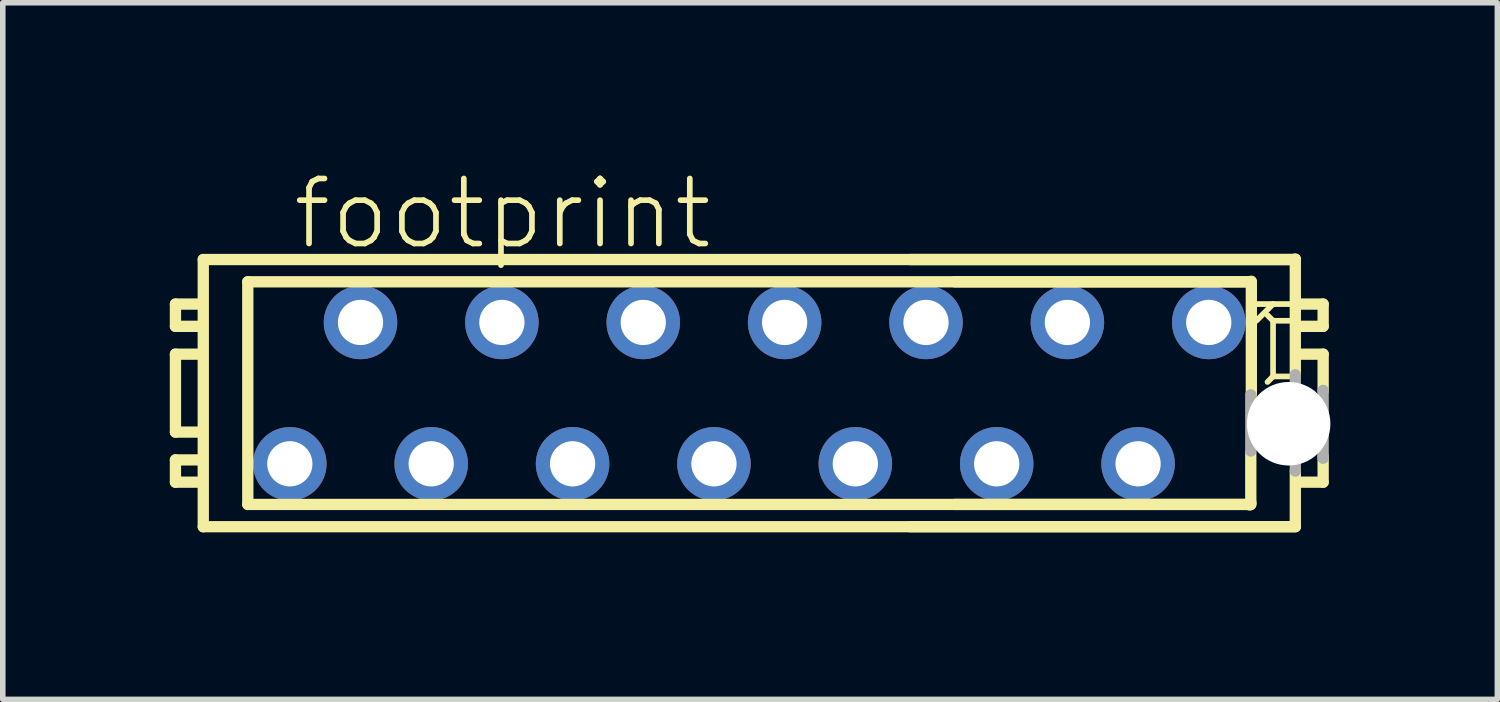
<source format=kicad_pcb>
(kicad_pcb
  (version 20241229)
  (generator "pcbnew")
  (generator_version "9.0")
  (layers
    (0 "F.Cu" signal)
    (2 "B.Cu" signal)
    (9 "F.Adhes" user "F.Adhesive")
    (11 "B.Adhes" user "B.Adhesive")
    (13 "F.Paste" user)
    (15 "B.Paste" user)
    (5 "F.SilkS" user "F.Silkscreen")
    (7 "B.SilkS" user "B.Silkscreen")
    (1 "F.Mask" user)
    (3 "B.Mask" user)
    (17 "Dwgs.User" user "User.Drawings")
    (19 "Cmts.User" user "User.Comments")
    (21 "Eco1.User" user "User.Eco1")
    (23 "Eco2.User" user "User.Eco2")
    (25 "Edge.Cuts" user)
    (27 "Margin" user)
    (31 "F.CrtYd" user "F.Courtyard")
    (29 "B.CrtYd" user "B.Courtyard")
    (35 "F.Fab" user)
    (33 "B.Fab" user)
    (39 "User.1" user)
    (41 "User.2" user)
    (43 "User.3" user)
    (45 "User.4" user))
  (footprint "footprint"
    (layer "F.Cu")
    (at 10.412 4.013)
    (property "Reference" "footprint" (at -8.255 -2.54 0) (layer "F.SilkS") (effects (font (size 1.168 1.168) (thickness 0.102)) (justify left bottom)))
    (fp_line (start -10.31 -1.6) (end -10.31 -1.2) (stroke (width 0.203) (type solid)) (layer "F.SilkS"))
    (fp_line (start -10.31 -1.2) (end -9.91 -1.2) (stroke (width 0.203) (type solid)) (layer "F.SilkS"))
    (fp_line (start -10.31 -0.7) (end -10.31 0.7) (stroke (width 0.203) (type solid)) (layer "F.SilkS"))
    (fp_line (start -10.31 0.7) (end -9.91 0.7) (stroke (width 0.203) (type solid)) (layer "F.SilkS"))
    (fp_line (start -10.31 1.2) (end -10.31 1.6) (stroke (width 0.203) (type solid)) (layer "F.SilkS"))
    (fp_line (start -10.31 1.6) (end -9.91 1.6) (stroke (width 0.203) (type solid)) (layer "F.SilkS"))
    (fp_line (start -9.91 -1.6) (end -10.31 -1.6) (stroke (width 0.203) (type solid)) (layer "F.SilkS"))
    (fp_line (start -9.91 -0.7) (end -10.31 -0.7) (stroke (width 0.203) (type solid)) (layer "F.SilkS"))
    (fp_line (start -9.91 1.2) (end -10.31 1.2) (stroke (width 0.203) (type solid)) (layer "F.SilkS"))
    (fp_line (start -9.81 -2.4) (end -9.81 2.4) (stroke (width 0.203) (type solid)) (layer "F.SilkS"))
    (fp_line (start -9.01 -2) (end -9.01 2) (stroke (width 0.203) (type solid)) (layer "F.SilkS"))
    (fp_line (start 8.99 2.01) (end 9.01 1.96) (stroke (width 0.203) (type solid)) (layer "F.SilkS"))
    (fp_line (start 9.01 -2) (end -9.01 -2) (stroke (width 0.203) (type solid)) (layer "F.SilkS"))
    (fp_line (start 9.01 -2) (end 3.69 -2) (stroke (width 0.203) (type solid)) (layer "F.SilkS"))
    (fp_line (start 9.01 1.96) (end 9.01 1.07) (stroke (width 0.203) (type solid)) (layer "F.SilkS"))
    (fp_line (start 9.01 2) (end -9.01 2) (stroke (width 0.203) (type solid)) (layer "F.SilkS"))
    (fp_line (start 9.01 2) (end 3.69 2) (stroke (width 0.203) (type solid)) (layer "F.SilkS"))
    (fp_line (start 9.02 -2.01) (end 9.02 0.02) (stroke (width 0.203) (type solid)) (layer "F.SilkS"))
    (fp_line (start 9.31 -1.4) (end 9.41 -1.3) (stroke (width 0.102) (type solid)) (layer "F.SilkS"))
    (fp_line (start 9.31 -0.2) (end 9.41 -0.3) (stroke (width 0.102) (type solid)) (layer "F.SilkS"))
    (fp_line (start 9.41 -1.6) (end 9.11 -1.6) (stroke (width 0.102) (type solid)) (layer "F.SilkS"))
    (fp_line (start 9.41 -1.6) (end 9.11 -1.3) (stroke (width 0.102) (type solid)) (layer "F.SilkS"))
    (fp_line (start 9.41 -1.3) (end 9.41 -0.3) (stroke (width 0.102) (type solid)) (layer "F.SilkS"))
    (fp_line (start 9.41 -0.3) (end 9.71 -0.3) (stroke (width 0.102) (type solid)) (layer "F.SilkS"))
    (fp_line (start 9.71 -1.6) (end 9.41 -1.6) (stroke (width 0.102) (type solid)) (layer "F.SilkS"))
    (fp_line (start 9.71 -1.3) (end 9.41 -1.3) (stroke (width 0.102) (type solid)) (layer "F.SilkS"))
    (fp_line (start 9.81 -2.41) (end 9.81 -0.3) (stroke (width 0.203) (type solid)) (layer "F.SilkS"))
    (fp_line (start 9.81 -2.4) (end -9.81 -2.4) (stroke (width 0.203) (type solid)) (layer "F.SilkS"))
    (fp_line (start 9.81 -2.4) (end 2.89 -2.4) (stroke (width 0.203) (type solid)) (layer "F.SilkS"))
    (fp_line (start 9.81 2.39) (end 9.81 1.4) (stroke (width 0.203) (type solid)) (layer "F.SilkS"))
    (fp_line (start 9.81 2.4) (end -9.81 2.4) (stroke (width 0.203) (type solid)) (layer "F.SilkS"))
    (fp_line (start 9.81 2.4) (end 2.89 2.4) (stroke (width 0.203) (type solid)) (layer "F.SilkS"))
    (fp_line (start 9.91 -1.2) (end 10.31 -1.2) (stroke (width 0.203) (type solid)) (layer "F.SilkS"))
    (fp_line (start 9.91 1.6) (end 10.31 1.6) (stroke (width 0.203) (type solid)) (layer "F.SilkS"))
    (fp_line (start 10.31 -1.6) (end 9.91 -1.6) (stroke (width 0.203) (type solid)) (layer "F.SilkS"))
    (fp_line (start 10.31 -1.2) (end 10.31 -1.6) (stroke (width 0.203) (type solid)) (layer "F.SilkS"))
    (fp_line (start 10.31 -0.7) (end 9.91 -0.7) (stroke (width 0.203) (type solid)) (layer "F.SilkS"))
    (fp_line (start 10.31 -0.04) (end 10.31 -0.7) (stroke (width 0.203) (type solid)) (layer "F.SilkS"))
    (fp_line (start 10.31 1.6) (end 10.31 1.13) (stroke (width 0.203) (type solid)) (layer "F.SilkS"))
    (fp_line (start 9.01 0.03) (end 9.01 1.04) (stroke (width 0.203) (type solid)) (layer "F.Fab"))
    (fp_line (start 9.81 1.4) (end 9.81 -0.33) (stroke (width 0.203) (type solid)) (layer "F.Fab"))
    (fp_line (start 10.31 -0.05) (end 10.31 1.17) (stroke (width 0.203) (type solid)) (layer "F.Fab"))
    (pad "" np_thru_hole circle (at 9.69 0.55) (size 1.5 1.5) (drill 1.5) (layers "*.Cu" "*.Mask"))
    (pad "1" thru_hole circle (at 8.255 -1.27) (size 1.321 1.321) (drill 0.813) (layers "*.Cu" "*.Mask"))
    (pad "2" thru_hole circle (at 6.985 1.27) (size 1.321 1.321) (drill 0.813) (layers "*.Cu" "*.Mask"))
    (pad "3" thru_hole circle (at 5.715 -1.27) (size 1.321 1.321) (drill 0.813) (layers "*.Cu" "*.Mask"))
    (pad "4" thru_hole circle (at 4.445 1.27) (size 1.321 1.321) (drill 0.813) (layers "*.Cu" "*.Mask"))
    (pad "5" thru_hole circle (at 3.175 -1.27) (size 1.321 1.321) (drill 0.813) (layers "*.Cu" "*.Mask"))
    (pad "6" thru_hole circle (at 1.905 1.27) (size 1.321 1.321) (drill 0.813) (layers "*.Cu" "*.Mask"))
    (pad "7" thru_hole circle (at 0.635 -1.27) (size 1.321 1.321) (drill 0.813) (layers "*.Cu" "*.Mask"))
    (pad "8" thru_hole circle (at -0.635 1.27) (size 1.321 1.321) (drill 0.813) (layers "*.Cu" "*.Mask"))
    (pad "9" thru_hole circle (at -1.905 -1.27) (size 1.321 1.321) (drill 0.813) (layers "*.Cu" "*.Mask"))
    (pad "10" thru_hole circle (at -3.175 1.27) (size 1.321 1.321) (drill 0.813) (layers "*.Cu" "*.Mask"))
    (pad "11" thru_hole circle (at -4.445 -1.27) (size 1.321 1.321) (drill 0.813) (layers "*.Cu" "*.Mask"))
    (pad "12" thru_hole circle (at -5.715 1.27) (size 1.321 1.321) (drill 0.813) (layers "*.Cu" "*.Mask"))
    (pad "13" thru_hole circle (at -6.985 -1.27) (size 1.321 1.321) (drill 0.813) (layers "*.Cu" "*.Mask"))
    (pad "14" thru_hole circle (at -8.255 1.27) (size 1.321 1.321) (drill 0.813) (layers "*.Cu" "*.Mask")))
  (gr_rect
    (start -3 -3)
    (end 23.852 9.515)
    (stroke (width 0.1) (type default))
    (fill no)
    (layer "Edge.Cuts")))
</source>
